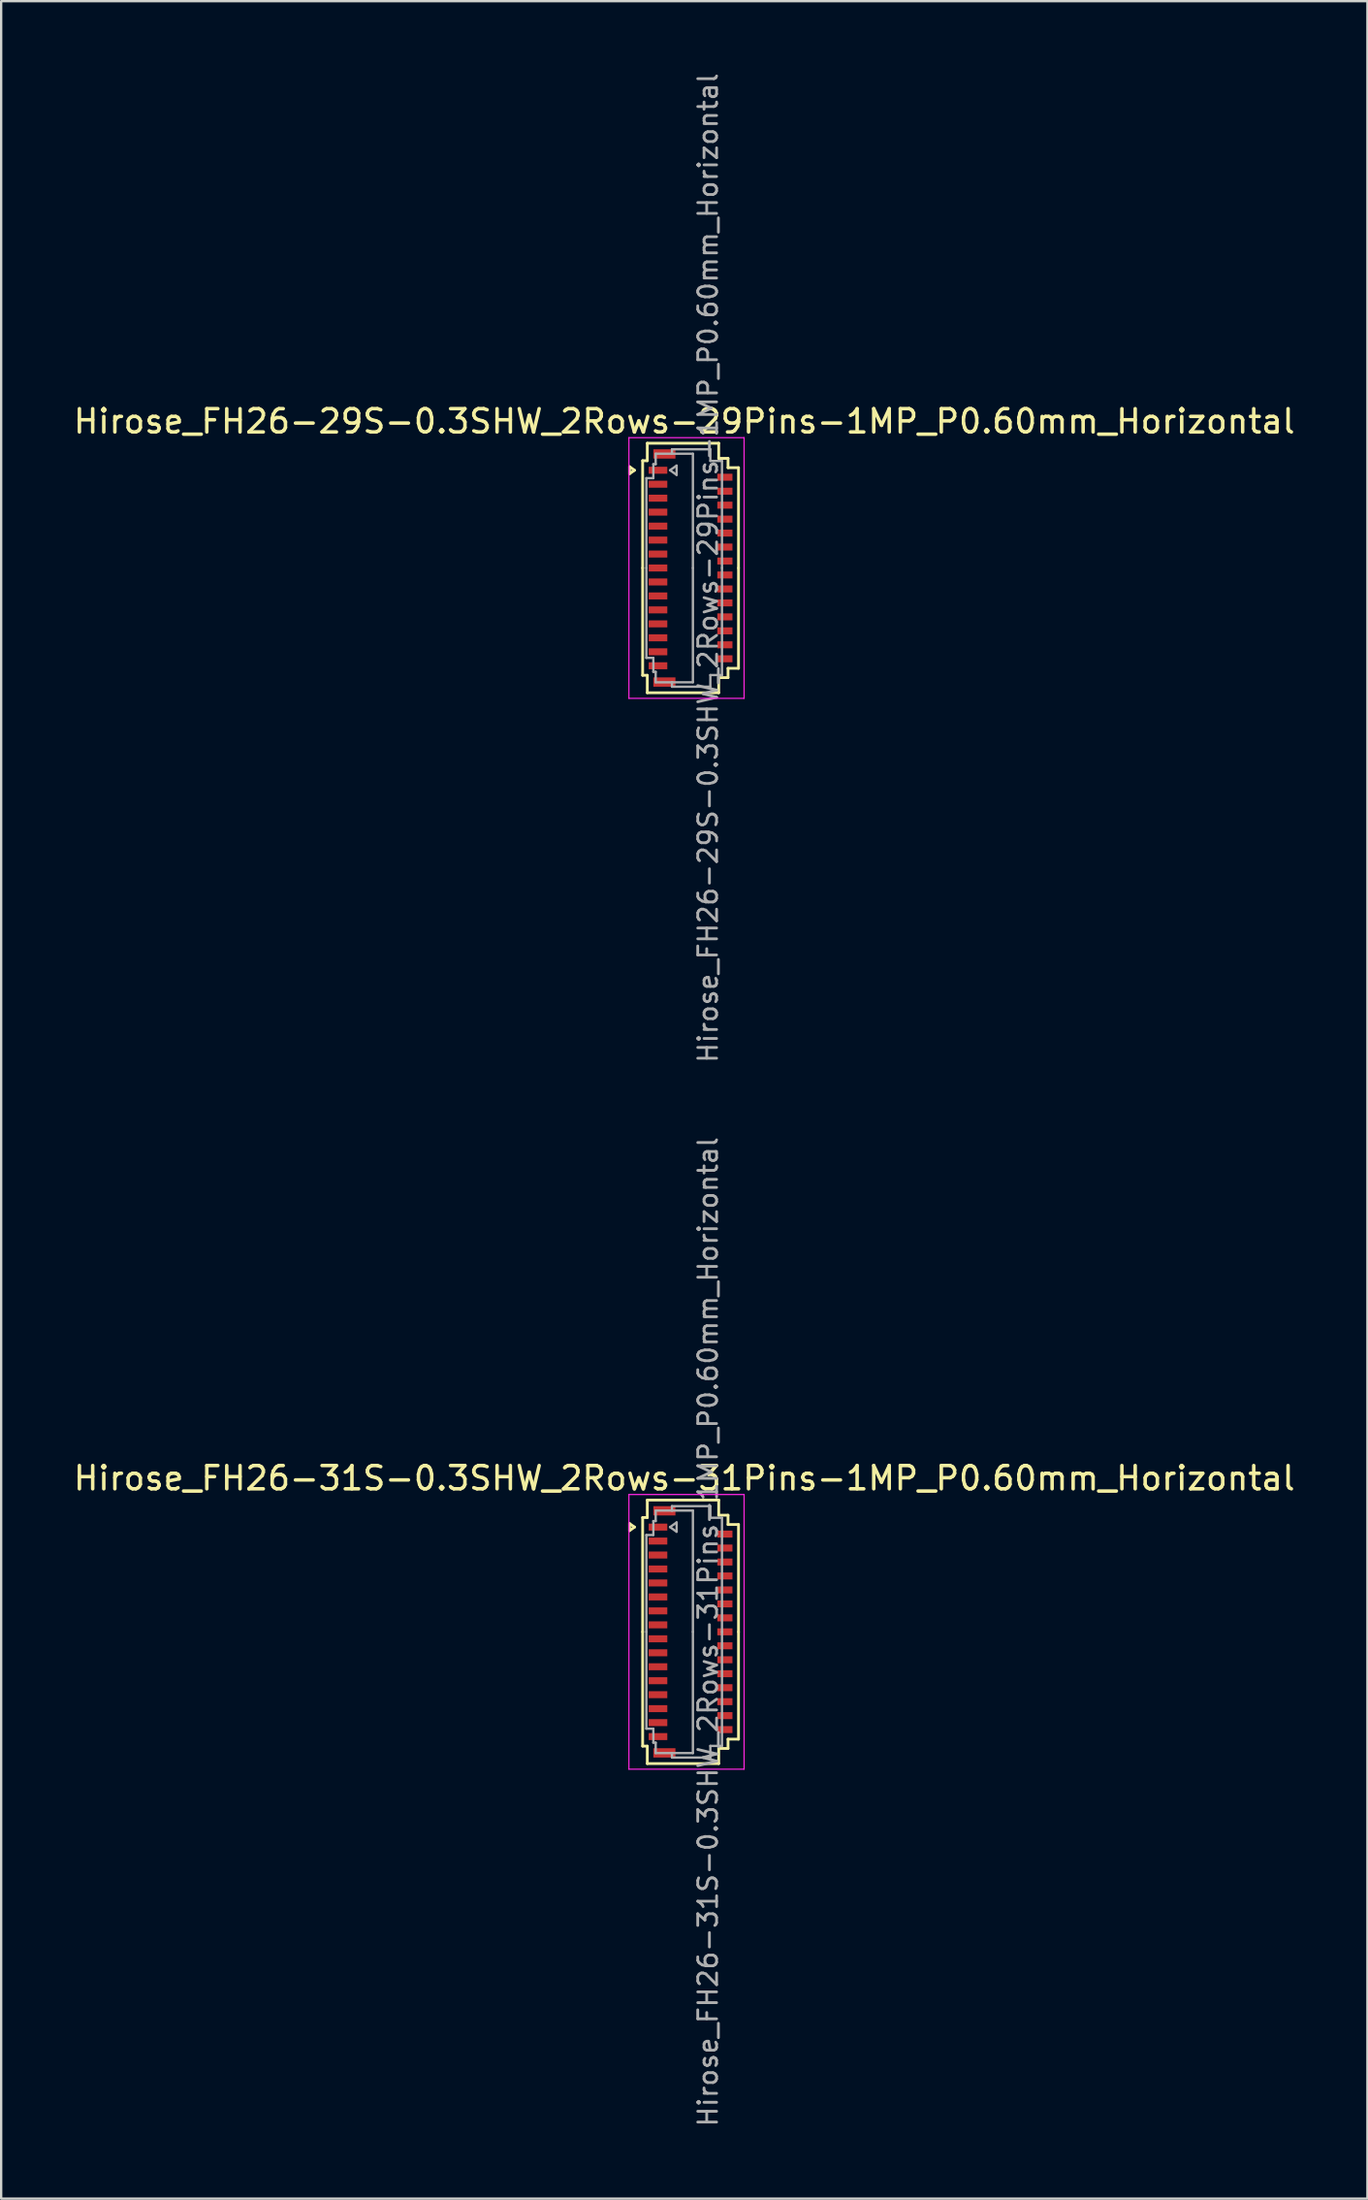
<source format=kicad_pcb>
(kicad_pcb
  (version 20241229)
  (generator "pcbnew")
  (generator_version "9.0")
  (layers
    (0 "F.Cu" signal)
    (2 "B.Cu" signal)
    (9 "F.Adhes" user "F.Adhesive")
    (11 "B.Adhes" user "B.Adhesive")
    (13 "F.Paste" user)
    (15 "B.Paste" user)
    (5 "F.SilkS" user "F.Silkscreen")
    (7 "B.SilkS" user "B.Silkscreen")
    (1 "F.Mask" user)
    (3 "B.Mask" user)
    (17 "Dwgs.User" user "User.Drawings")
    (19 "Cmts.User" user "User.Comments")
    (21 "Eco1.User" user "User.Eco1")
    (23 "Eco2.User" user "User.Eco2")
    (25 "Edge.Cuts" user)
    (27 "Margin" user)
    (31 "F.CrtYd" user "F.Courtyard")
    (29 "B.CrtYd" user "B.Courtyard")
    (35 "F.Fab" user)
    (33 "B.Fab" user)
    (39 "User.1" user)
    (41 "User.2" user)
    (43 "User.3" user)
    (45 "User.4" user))
  (footprint "Hirose_FH26-29S-0.3SHW_2Rows-29Pins-1MP_P0.60mm_Horizontal"
    (layer "F.Cu")
    (at 26.633 21.352)
    (property "Reference" "Hirose_FH26-29S-0.3SHW_2Rows-29Pins-1MP_P0.60mm_Horizontal" (at -0.27 -6.3 0) (layer "F.SilkS") (effects (font (size 1 1) (thickness 0.15))))
    (attr smd)
    (fp_line (start -2.622 -4.35) (end -2.41 -4.2) (stroke (width 0.12) (type solid)) (layer "F.SilkS"))
    (fp_line (start -2.622 -4.05) (end -2.622 -4.35) (stroke (width 0.12) (type solid)) (layer "F.SilkS"))
    (fp_line (start -2.41 -4.2) (end -2.622 -4.05) (stroke (width 0.12) (type solid)) (layer "F.SilkS"))
    (fp_line (start -2.06 -4.61) (end -2.06 0) (stroke (width 0.12) (type solid)) (layer "F.SilkS"))
    (fp_line (start -2.06 4.61) (end -2.06 0) (stroke (width 0.12) (type solid)) (layer "F.SilkS"))
    (fp_line (start -1.86 -5.36) (end -1.86 -4.61) (stroke (width 0.12) (type solid)) (layer "F.SilkS"))
    (fp_line (start -1.86 -4.61) (end -2.06 -4.61) (stroke (width 0.12) (type solid)) (layer "F.SilkS"))
    (fp_line (start -1.86 4.61) (end -2.06 4.61) (stroke (width 0.12) (type solid)) (layer "F.SilkS"))
    (fp_line (start -1.86 5.36) (end -1.86 4.61) (stroke (width 0.12) (type solid)) (layer "F.SilkS"))
    (fp_line (start 1.21 -5.36) (end -1.86 -5.36) (stroke (width 0.12) (type solid)) (layer "F.SilkS"))
    (fp_line (start 1.21 -4.71) (end 1.21 -5.36) (stroke (width 0.12) (type solid)) (layer "F.SilkS"))
    (fp_line (start 1.21 4.71) (end 1.21 5.36) (stroke (width 0.12) (type solid)) (layer "F.SilkS"))
    (fp_line (start 1.21 5.36) (end -1.86 5.36) (stroke (width 0.12) (type solid)) (layer "F.SilkS"))
    (fp_line (start 1.61 -4.71) (end 1.21 -4.71) (stroke (width 0.12) (type solid)) (layer "F.SilkS"))
    (fp_line (start 1.61 -4.31) (end 1.61 -4.71) (stroke (width 0.12) (type solid)) (layer "F.SilkS"))
    (fp_line (start 1.61 4.31) (end 1.61 4.71) (stroke (width 0.12) (type solid)) (layer "F.SilkS"))
    (fp_line (start 1.61 4.71) (end 1.21 4.71) (stroke (width 0.12) (type solid)) (layer "F.SilkS"))
    (fp_line (start 2.06 -4.31) (end 1.61 -4.31) (stroke (width 0.12) (type solid)) (layer "F.SilkS"))
    (fp_line (start 2.06 0) (end 2.06 -4.31) (stroke (width 0.12) (type solid)) (layer "F.SilkS"))
    (fp_line (start 2.06 0) (end 2.06 4.31) (stroke (width 0.12) (type solid)) (layer "F.SilkS"))
    (fp_line (start 2.06 4.31) (end 1.61 4.31) (stroke (width 0.12) (type solid)) (layer "F.SilkS"))
    (fp_line (start -2.65 -5.6) (end -2.65 5.6) (stroke (width 0.05) (type solid)) (layer "F.CrtYd"))
    (fp_line (start -2.65 5.6) (end 2.3 5.6) (stroke (width 0.05) (type solid)) (layer "F.CrtYd"))
    (fp_line (start 2.3 -5.6) (end -2.65 -5.6) (stroke (width 0.05) (type solid)) (layer "F.CrtYd"))
    (fp_line (start 2.3 5.6) (end 2.3 -5.6) (stroke (width 0.05) (type solid)) (layer "F.CrtYd"))
    (fp_line (start -1.9 -3.86) (end -1.6 -3.86) (stroke (width 0.1) (type solid)) (layer "F.Fab"))
    (fp_line (start -1.9 0) (end -1.9 -3.86) (stroke (width 0.1) (type solid)) (layer "F.Fab"))
    (fp_line (start -1.9 0) (end -1.9 3.86) (stroke (width 0.1) (type solid)) (layer "F.Fab"))
    (fp_line (start -1.9 3.86) (end -1.6 3.86) (stroke (width 0.1) (type solid)) (layer "F.Fab"))
    (fp_line (start -1.6 -4.46) (end -1.5 -4.46) (stroke (width 0.1) (type solid)) (layer "F.Fab"))
    (fp_line (start -1.6 -3.86) (end -1.6 -4.46) (stroke (width 0.1) (type solid)) (layer "F.Fab"))
    (fp_line (start -1.6 3.86) (end -1.6 4.46) (stroke (width 0.1) (type solid)) (layer "F.Fab"))
    (fp_line (start -1.6 4.46) (end -1.5 4.46) (stroke (width 0.1) (type solid)) (layer "F.Fab"))
    (fp_line (start -1.5 -4.91) (end -0.8 -4.91) (stroke (width 0.1) (type solid)) (layer "F.Fab"))
    (fp_line (start -1.5 -4.46) (end -1.5 -4.91) (stroke (width 0.1) (type solid)) (layer "F.Fab"))
    (fp_line (start -1.5 4.46) (end -1.5 4.91) (stroke (width 0.1) (type solid)) (layer "F.Fab"))
    (fp_line (start -1.5 4.91) (end -0.8 4.91) (stroke (width 0.1) (type solid)) (layer "F.Fab"))
    (fp_line (start -0.883 -4.2) (end -0.6 -4) (stroke (width 0.1) (type solid)) (layer "F.Fab"))
    (fp_line (start -0.8 -5.1) (end 0.85 -5.1) (stroke (width 0.1) (type solid)) (layer "F.Fab"))
    (fp_line (start -0.8 -4.91) (end -0.8 -5.1) (stroke (width 0.1) (type solid)) (layer "F.Fab"))
    (fp_line (start -0.8 4.91) (end -0.8 5.1) (stroke (width 0.1) (type solid)) (layer "F.Fab"))
    (fp_line (start -0.8 5.1) (end 0.85 5.1) (stroke (width 0.1) (type solid)) (layer "F.Fab"))
    (fp_line (start -0.6 -4.4) (end -0.883 -4.2) (stroke (width 0.1) (type solid)) (layer "F.Fab"))
    (fp_line (start -0.6 -4) (end -0.6 -4.4) (stroke (width 0.1) (type solid)) (layer "F.Fab"))
    (fp_line (start 0.1 -4.91) (end -0.8 -4.91) (stroke (width 0.1) (type solid)) (layer "F.Fab"))
    (fp_line (start 0.1 0) (end 0.1 -4.91) (stroke (width 0.1) (type solid)) (layer "F.Fab"))
    (fp_line (start 0.1 0) (end 0.1 4.91) (stroke (width 0.1) (type solid)) (layer "F.Fab"))
    (fp_line (start 0.1 4.91) (end -0.8 4.91) (stroke (width 0.1) (type solid)) (layer "F.Fab"))
    (fp_line (start 0.85 -5.1) (end 0.85 -4.6) (stroke (width 0.1) (type solid)) (layer "F.Fab"))
    (fp_line (start 0.85 -4.6) (end 1.35 -4.6) (stroke (width 0.1) (type solid)) (layer "F.Fab"))
    (fp_line (start 0.85 4.6) (end 1.35 4.6) (stroke (width 0.1) (type solid)) (layer "F.Fab"))
    (fp_line (start 0.85 5.1) (end 0.85 4.6) (stroke (width 0.1) (type solid)) (layer "F.Fab"))
    (fp_line (start 1.35 -4.6) (end 1.35 0) (stroke (width 0.1) (type solid)) (layer "F.Fab"))
    (fp_line (start 1.35 4.6) (end 1.35 0) (stroke (width 0.1) (type solid)) (layer "F.Fab"))
    (fp_text user "${REFERENCE}" (at 0.75 0 90) (layer "F.Fab") (effects (font (size 0.81 0.81) (thickness 0.12))))
    (pad "1" smd rect (at -1.4 -4.2) (size 0.8 0.3) (layers "F.Cu" "F.Mask" "F.Paste"))
    (pad "2" smd rect (at 1.475 -3.9) (size 0.65 0.3) (layers "F.Cu" "F.Mask" "F.Paste"))
    (pad "3" smd rect (at -1.4 -3.6) (size 0.8 0.3) (layers "F.Cu" "F.Mask" "F.Paste"))
    (pad "4" smd rect (at 1.475 -3.3) (size 0.65 0.3) (layers "F.Cu" "F.Mask" "F.Paste"))
    (pad "5" smd rect (at -1.4 -3) (size 0.8 0.3) (layers "F.Cu" "F.Mask" "F.Paste"))
    (pad "6" smd rect (at 1.475 -2.7) (size 0.65 0.3) (layers "F.Cu" "F.Mask" "F.Paste"))
    (pad "7" smd rect (at -1.4 -2.4) (size 0.8 0.3) (layers "F.Cu" "F.Mask" "F.Paste"))
    (pad "8" smd rect (at 1.475 -2.1) (size 0.65 0.3) (layers "F.Cu" "F.Mask" "F.Paste"))
    (pad "9" smd rect (at -1.4 -1.8) (size 0.8 0.3) (layers "F.Cu" "F.Mask" "F.Paste"))
    (pad "10" smd rect (at 1.475 -1.5) (size 0.65 0.3) (layers "F.Cu" "F.Mask" "F.Paste"))
    (pad "11" smd rect (at -1.4 -1.2) (size 0.8 0.3) (layers "F.Cu" "F.Mask" "F.Paste"))
    (pad "12" smd rect (at 1.475 -0.9) (size 0.65 0.3) (layers "F.Cu" "F.Mask" "F.Paste"))
    (pad "13" smd rect (at -1.4 -0.6) (size 0.8 0.3) (layers "F.Cu" "F.Mask" "F.Paste"))
    (pad "14" smd rect (at 1.475 -0.3) (size 0.65 0.3) (layers "F.Cu" "F.Mask" "F.Paste"))
    (pad "15" smd rect (at -1.4 0) (size 0.8 0.3) (layers "F.Cu" "F.Mask" "F.Paste"))
    (pad "16" smd rect (at 1.475 0.3) (size 0.65 0.3) (layers "F.Cu" "F.Mask" "F.Paste"))
    (pad "17" smd rect (at -1.4 0.6) (size 0.8 0.3) (layers "F.Cu" "F.Mask" "F.Paste"))
    (pad "18" smd rect (at 1.475 0.9) (size 0.65 0.3) (layers "F.Cu" "F.Mask" "F.Paste"))
    (pad "19" smd rect (at -1.4 1.2) (size 0.8 0.3) (layers "F.Cu" "F.Mask" "F.Paste"))
    (pad "20" smd rect (at 1.475 1.5) (size 0.65 0.3) (layers "F.Cu" "F.Mask" "F.Paste"))
    (pad "21" smd rect (at -1.4 1.8) (size 0.8 0.3) (layers "F.Cu" "F.Mask" "F.Paste"))
    (pad "22" smd rect (at 1.475 2.1) (size 0.65 0.3) (layers "F.Cu" "F.Mask" "F.Paste"))
    (pad "23" smd rect (at -1.4 2.4) (size 0.8 0.3) (layers "F.Cu" "F.Mask" "F.Paste"))
    (pad "24" smd rect (at 1.475 2.7) (size 0.65 0.3) (layers "F.Cu" "F.Mask" "F.Paste"))
    (pad "25" smd rect (at -1.4 3) (size 0.8 0.3) (layers "F.Cu" "F.Mask" "F.Paste"))
    (pad "26" smd rect (at 1.475 3.3) (size 0.65 0.3) (layers "F.Cu" "F.Mask" "F.Paste"))
    (pad "27" smd rect (at -1.4 3.6) (size 0.8 0.3) (layers "F.Cu" "F.Mask" "F.Paste"))
    (pad "28" smd rect (at 1.475 3.9) (size 0.65 0.3) (layers "F.Cu" "F.Mask" "F.Paste"))
    (pad "29" smd rect (at -1.4 4.2) (size 0.8 0.3) (layers "F.Cu" "F.Mask" "F.Paste"))
    (pad "MP" smd rect (at -1.125 -4.9) (size 0.95 0.4) (layers "F.Cu" "F.Mask" "F.Paste"))
    (pad "MP" smd rect (at -1.125 4.9) (size 0.95 0.4) (layers "F.Cu" "F.Mask" "F.Paste")))
  (footprint "Hirose_FH26-31S-0.3SHW_2Rows-31Pins-1MP_P0.60mm_Horizontal"
    (layer "F.Cu")
    (at 26.633 67.056)
    (property "Reference" "Hirose_FH26-31S-0.3SHW_2Rows-31Pins-1MP_P0.60mm_Horizontal" (at -0.27 -6.6 0) (layer "F.SilkS") (effects (font (size 1 1) (thickness 0.15))))
    (attr smd)
    (fp_line (start -2.622 -4.65) (end -2.41 -4.5) (stroke (width 0.12) (type solid)) (layer "F.SilkS"))
    (fp_line (start -2.622 -4.35) (end -2.622 -4.65) (stroke (width 0.12) (type solid)) (layer "F.SilkS"))
    (fp_line (start -2.41 -4.5) (end -2.622 -4.35) (stroke (width 0.12) (type solid)) (layer "F.SilkS"))
    (fp_line (start -2.06 -4.91) (end -2.06 0) (stroke (width 0.12) (type solid)) (layer "F.SilkS"))
    (fp_line (start -2.06 4.91) (end -2.06 0) (stroke (width 0.12) (type solid)) (layer "F.SilkS"))
    (fp_line (start -1.86 -5.66) (end -1.86 -4.91) (stroke (width 0.12) (type solid)) (layer "F.SilkS"))
    (fp_line (start -1.86 -4.91) (end -2.06 -4.91) (stroke (width 0.12) (type solid)) (layer "F.SilkS"))
    (fp_line (start -1.86 4.91) (end -2.06 4.91) (stroke (width 0.12) (type solid)) (layer "F.SilkS"))
    (fp_line (start -1.86 5.66) (end -1.86 4.91) (stroke (width 0.12) (type solid)) (layer "F.SilkS"))
    (fp_line (start 1.21 -5.66) (end -1.86 -5.66) (stroke (width 0.12) (type solid)) (layer "F.SilkS"))
    (fp_line (start 1.21 -5.01) (end 1.21 -5.66) (stroke (width 0.12) (type solid)) (layer "F.SilkS"))
    (fp_line (start 1.21 5.01) (end 1.21 5.66) (stroke (width 0.12) (type solid)) (layer "F.SilkS"))
    (fp_line (start 1.21 5.66) (end -1.86 5.66) (stroke (width 0.12) (type solid)) (layer "F.SilkS"))
    (fp_line (start 1.61 -5.01) (end 1.21 -5.01) (stroke (width 0.12) (type solid)) (layer "F.SilkS"))
    (fp_line (start 1.61 -4.61) (end 1.61 -5.01) (stroke (width 0.12) (type solid)) (layer "F.SilkS"))
    (fp_line (start 1.61 4.61) (end 1.61 5.01) (stroke (width 0.12) (type solid)) (layer "F.SilkS"))
    (fp_line (start 1.61 5.01) (end 1.21 5.01) (stroke (width 0.12) (type solid)) (layer "F.SilkS"))
    (fp_line (start 2.06 -4.61) (end 1.61 -4.61) (stroke (width 0.12) (type solid)) (layer "F.SilkS"))
    (fp_line (start 2.06 0) (end 2.06 -4.61) (stroke (width 0.12) (type solid)) (layer "F.SilkS"))
    (fp_line (start 2.06 0) (end 2.06 4.61) (stroke (width 0.12) (type solid)) (layer "F.SilkS"))
    (fp_line (start 2.06 4.61) (end 1.61 4.61) (stroke (width 0.12) (type solid)) (layer "F.SilkS"))
    (fp_line (start -2.65 -5.9) (end -2.65 5.9) (stroke (width 0.05) (type solid)) (layer "F.CrtYd"))
    (fp_line (start -2.65 5.9) (end 2.3 5.9) (stroke (width 0.05) (type solid)) (layer "F.CrtYd"))
    (fp_line (start 2.3 -5.9) (end -2.65 -5.9) (stroke (width 0.05) (type solid)) (layer "F.CrtYd"))
    (fp_line (start 2.3 5.9) (end 2.3 -5.9) (stroke (width 0.05) (type solid)) (layer "F.CrtYd"))
    (fp_line (start -1.9 -4.16) (end -1.6 -4.16) (stroke (width 0.1) (type solid)) (layer "F.Fab"))
    (fp_line (start -1.9 0) (end -1.9 -4.16) (stroke (width 0.1) (type solid)) (layer "F.Fab"))
    (fp_line (start -1.9 0) (end -1.9 4.16) (stroke (width 0.1) (type solid)) (layer "F.Fab"))
    (fp_line (start -1.9 4.16) (end -1.6 4.16) (stroke (width 0.1) (type solid)) (layer "F.Fab"))
    (fp_line (start -1.6 -4.76) (end -1.5 -4.76) (stroke (width 0.1) (type solid)) (layer "F.Fab"))
    (fp_line (start -1.6 -4.16) (end -1.6 -4.76) (stroke (width 0.1) (type solid)) (layer "F.Fab"))
    (fp_line (start -1.6 4.16) (end -1.6 4.76) (stroke (width 0.1) (type solid)) (layer "F.Fab"))
    (fp_line (start -1.6 4.76) (end -1.5 4.76) (stroke (width 0.1) (type solid)) (layer "F.Fab"))
    (fp_line (start -1.5 -5.21) (end -0.8 -5.21) (stroke (width 0.1) (type solid)) (layer "F.Fab"))
    (fp_line (start -1.5 -4.76) (end -1.5 -5.21) (stroke (width 0.1) (type solid)) (layer "F.Fab"))
    (fp_line (start -1.5 4.76) (end -1.5 5.21) (stroke (width 0.1) (type solid)) (layer "F.Fab"))
    (fp_line (start -1.5 5.21) (end -0.8 5.21) (stroke (width 0.1) (type solid)) (layer "F.Fab"))
    (fp_line (start -0.883 -4.5) (end -0.6 -4.3) (stroke (width 0.1) (type solid)) (layer "F.Fab"))
    (fp_line (start -0.8 -5.4) (end 0.85 -5.4) (stroke (width 0.1) (type solid)) (layer "F.Fab"))
    (fp_line (start -0.8 -5.21) (end -0.8 -5.4) (stroke (width 0.1) (type solid)) (layer "F.Fab"))
    (fp_line (start -0.8 5.21) (end -0.8 5.4) (stroke (width 0.1) (type solid)) (layer "F.Fab"))
    (fp_line (start -0.8 5.4) (end 0.85 5.4) (stroke (width 0.1) (type solid)) (layer "F.Fab"))
    (fp_line (start -0.6 -4.7) (end -0.883 -4.5) (stroke (width 0.1) (type solid)) (layer "F.Fab"))
    (fp_line (start -0.6 -4.3) (end -0.6 -4.7) (stroke (width 0.1) (type solid)) (layer "F.Fab"))
    (fp_line (start 0.1 -5.21) (end -0.8 -5.21) (stroke (width 0.1) (type solid)) (layer "F.Fab"))
    (fp_line (start 0.1 0) (end 0.1 -5.21) (stroke (width 0.1) (type solid)) (layer "F.Fab"))
    (fp_line (start 0.1 0) (end 0.1 5.21) (stroke (width 0.1) (type solid)) (layer "F.Fab"))
    (fp_line (start 0.1 5.21) (end -0.8 5.21) (stroke (width 0.1) (type solid)) (layer "F.Fab"))
    (fp_line (start 0.85 -5.4) (end 0.85 -4.9) (stroke (width 0.1) (type solid)) (layer "F.Fab"))
    (fp_line (start 0.85 -4.9) (end 1.35 -4.9) (stroke (width 0.1) (type solid)) (layer "F.Fab"))
    (fp_line (start 0.85 4.9) (end 1.35 4.9) (stroke (width 0.1) (type solid)) (layer "F.Fab"))
    (fp_line (start 0.85 5.4) (end 0.85 4.9) (stroke (width 0.1) (type solid)) (layer "F.Fab"))
    (fp_line (start 1.35 -4.9) (end 1.35 0) (stroke (width 0.1) (type solid)) (layer "F.Fab"))
    (fp_line (start 1.35 4.9) (end 1.35 0) (stroke (width 0.1) (type solid)) (layer "F.Fab"))
    (fp_text user "${REFERENCE}" (at 0.75 0 90) (layer "F.Fab") (effects (font (size 0.81 0.81) (thickness 0.12))))
    (pad "1" smd rect (at -1.4 -4.5) (size 0.8 0.3) (layers "F.Cu" "F.Mask" "F.Paste"))
    (pad "2" smd rect (at 1.475 -4.2) (size 0.65 0.3) (layers "F.Cu" "F.Mask" "F.Paste"))
    (pad "3" smd rect (at -1.4 -3.9) (size 0.8 0.3) (layers "F.Cu" "F.Mask" "F.Paste"))
    (pad "4" smd rect (at 1.475 -3.6) (size 0.65 0.3) (layers "F.Cu" "F.Mask" "F.Paste"))
    (pad "5" smd rect (at -1.4 -3.3) (size 0.8 0.3) (layers "F.Cu" "F.Mask" "F.Paste"))
    (pad "6" smd rect (at 1.475 -3) (size 0.65 0.3) (layers "F.Cu" "F.Mask" "F.Paste"))
    (pad "7" smd rect (at -1.4 -2.7) (size 0.8 0.3) (layers "F.Cu" "F.Mask" "F.Paste"))
    (pad "8" smd rect (at 1.475 -2.4) (size 0.65 0.3) (layers "F.Cu" "F.Mask" "F.Paste"))
    (pad "9" smd rect (at -1.4 -2.1) (size 0.8 0.3) (layers "F.Cu" "F.Mask" "F.Paste"))
    (pad "10" smd rect (at 1.475 -1.8) (size 0.65 0.3) (layers "F.Cu" "F.Mask" "F.Paste"))
    (pad "11" smd rect (at -1.4 -1.5) (size 0.8 0.3) (layers "F.Cu" "F.Mask" "F.Paste"))
    (pad "12" smd rect (at 1.475 -1.2) (size 0.65 0.3) (layers "F.Cu" "F.Mask" "F.Paste"))
    (pad "13" smd rect (at -1.4 -0.9) (size 0.8 0.3) (layers "F.Cu" "F.Mask" "F.Paste"))
    (pad "14" smd rect (at 1.475 -0.6) (size 0.65 0.3) (layers "F.Cu" "F.Mask" "F.Paste"))
    (pad "15" smd rect (at -1.4 -0.3) (size 0.8 0.3) (layers "F.Cu" "F.Mask" "F.Paste"))
    (pad "16" smd rect (at 1.475 0) (size 0.65 0.3) (layers "F.Cu" "F.Mask" "F.Paste"))
    (pad "17" smd rect (at -1.4 0.3) (size 0.8 0.3) (layers "F.Cu" "F.Mask" "F.Paste"))
    (pad "18" smd rect (at 1.475 0.6) (size 0.65 0.3) (layers "F.Cu" "F.Mask" "F.Paste"))
    (pad "19" smd rect (at -1.4 0.9) (size 0.8 0.3) (layers "F.Cu" "F.Mask" "F.Paste"))
    (pad "20" smd rect (at 1.475 1.2) (size 0.65 0.3) (layers "F.Cu" "F.Mask" "F.Paste"))
    (pad "21" smd rect (at -1.4 1.5) (size 0.8 0.3) (layers "F.Cu" "F.Mask" "F.Paste"))
    (pad "22" smd rect (at 1.475 1.8) (size 0.65 0.3) (layers "F.Cu" "F.Mask" "F.Paste"))
    (pad "23" smd rect (at -1.4 2.1) (size 0.8 0.3) (layers "F.Cu" "F.Mask" "F.Paste"))
    (pad "24" smd rect (at 1.475 2.4) (size 0.65 0.3) (layers "F.Cu" "F.Mask" "F.Paste"))
    (pad "25" smd rect (at -1.4 2.7) (size 0.8 0.3) (layers "F.Cu" "F.Mask" "F.Paste"))
    (pad "26" smd rect (at 1.475 3) (size 0.65 0.3) (layers "F.Cu" "F.Mask" "F.Paste"))
    (pad "27" smd rect (at -1.4 3.3) (size 0.8 0.3) (layers "F.Cu" "F.Mask" "F.Paste"))
    (pad "28" smd rect (at 1.475 3.6) (size 0.65 0.3) (layers "F.Cu" "F.Mask" "F.Paste"))
    (pad "29" smd rect (at -1.4 3.9) (size 0.8 0.3) (layers "F.Cu" "F.Mask" "F.Paste"))
    (pad "30" smd rect (at 1.475 4.2) (size 0.65 0.3) (layers "F.Cu" "F.Mask" "F.Paste"))
    (pad "31" smd rect (at -1.4 4.5) (size 0.8 0.3) (layers "F.Cu" "F.Mask" "F.Paste"))
    (pad "MP" smd rect (at -1.125 -5.2) (size 0.95 0.4) (layers "F.Cu" "F.Mask" "F.Paste"))
    (pad "MP" smd rect (at -1.125 5.2) (size 0.95 0.4) (layers "F.Cu" "F.Mask" "F.Paste")))
  (gr_rect
    (start -3 -3)
    (end 55.726 91.407)
    (stroke (width 0.1) (type default))
    (fill no)
    (layer "Edge.Cuts")))
</source>
